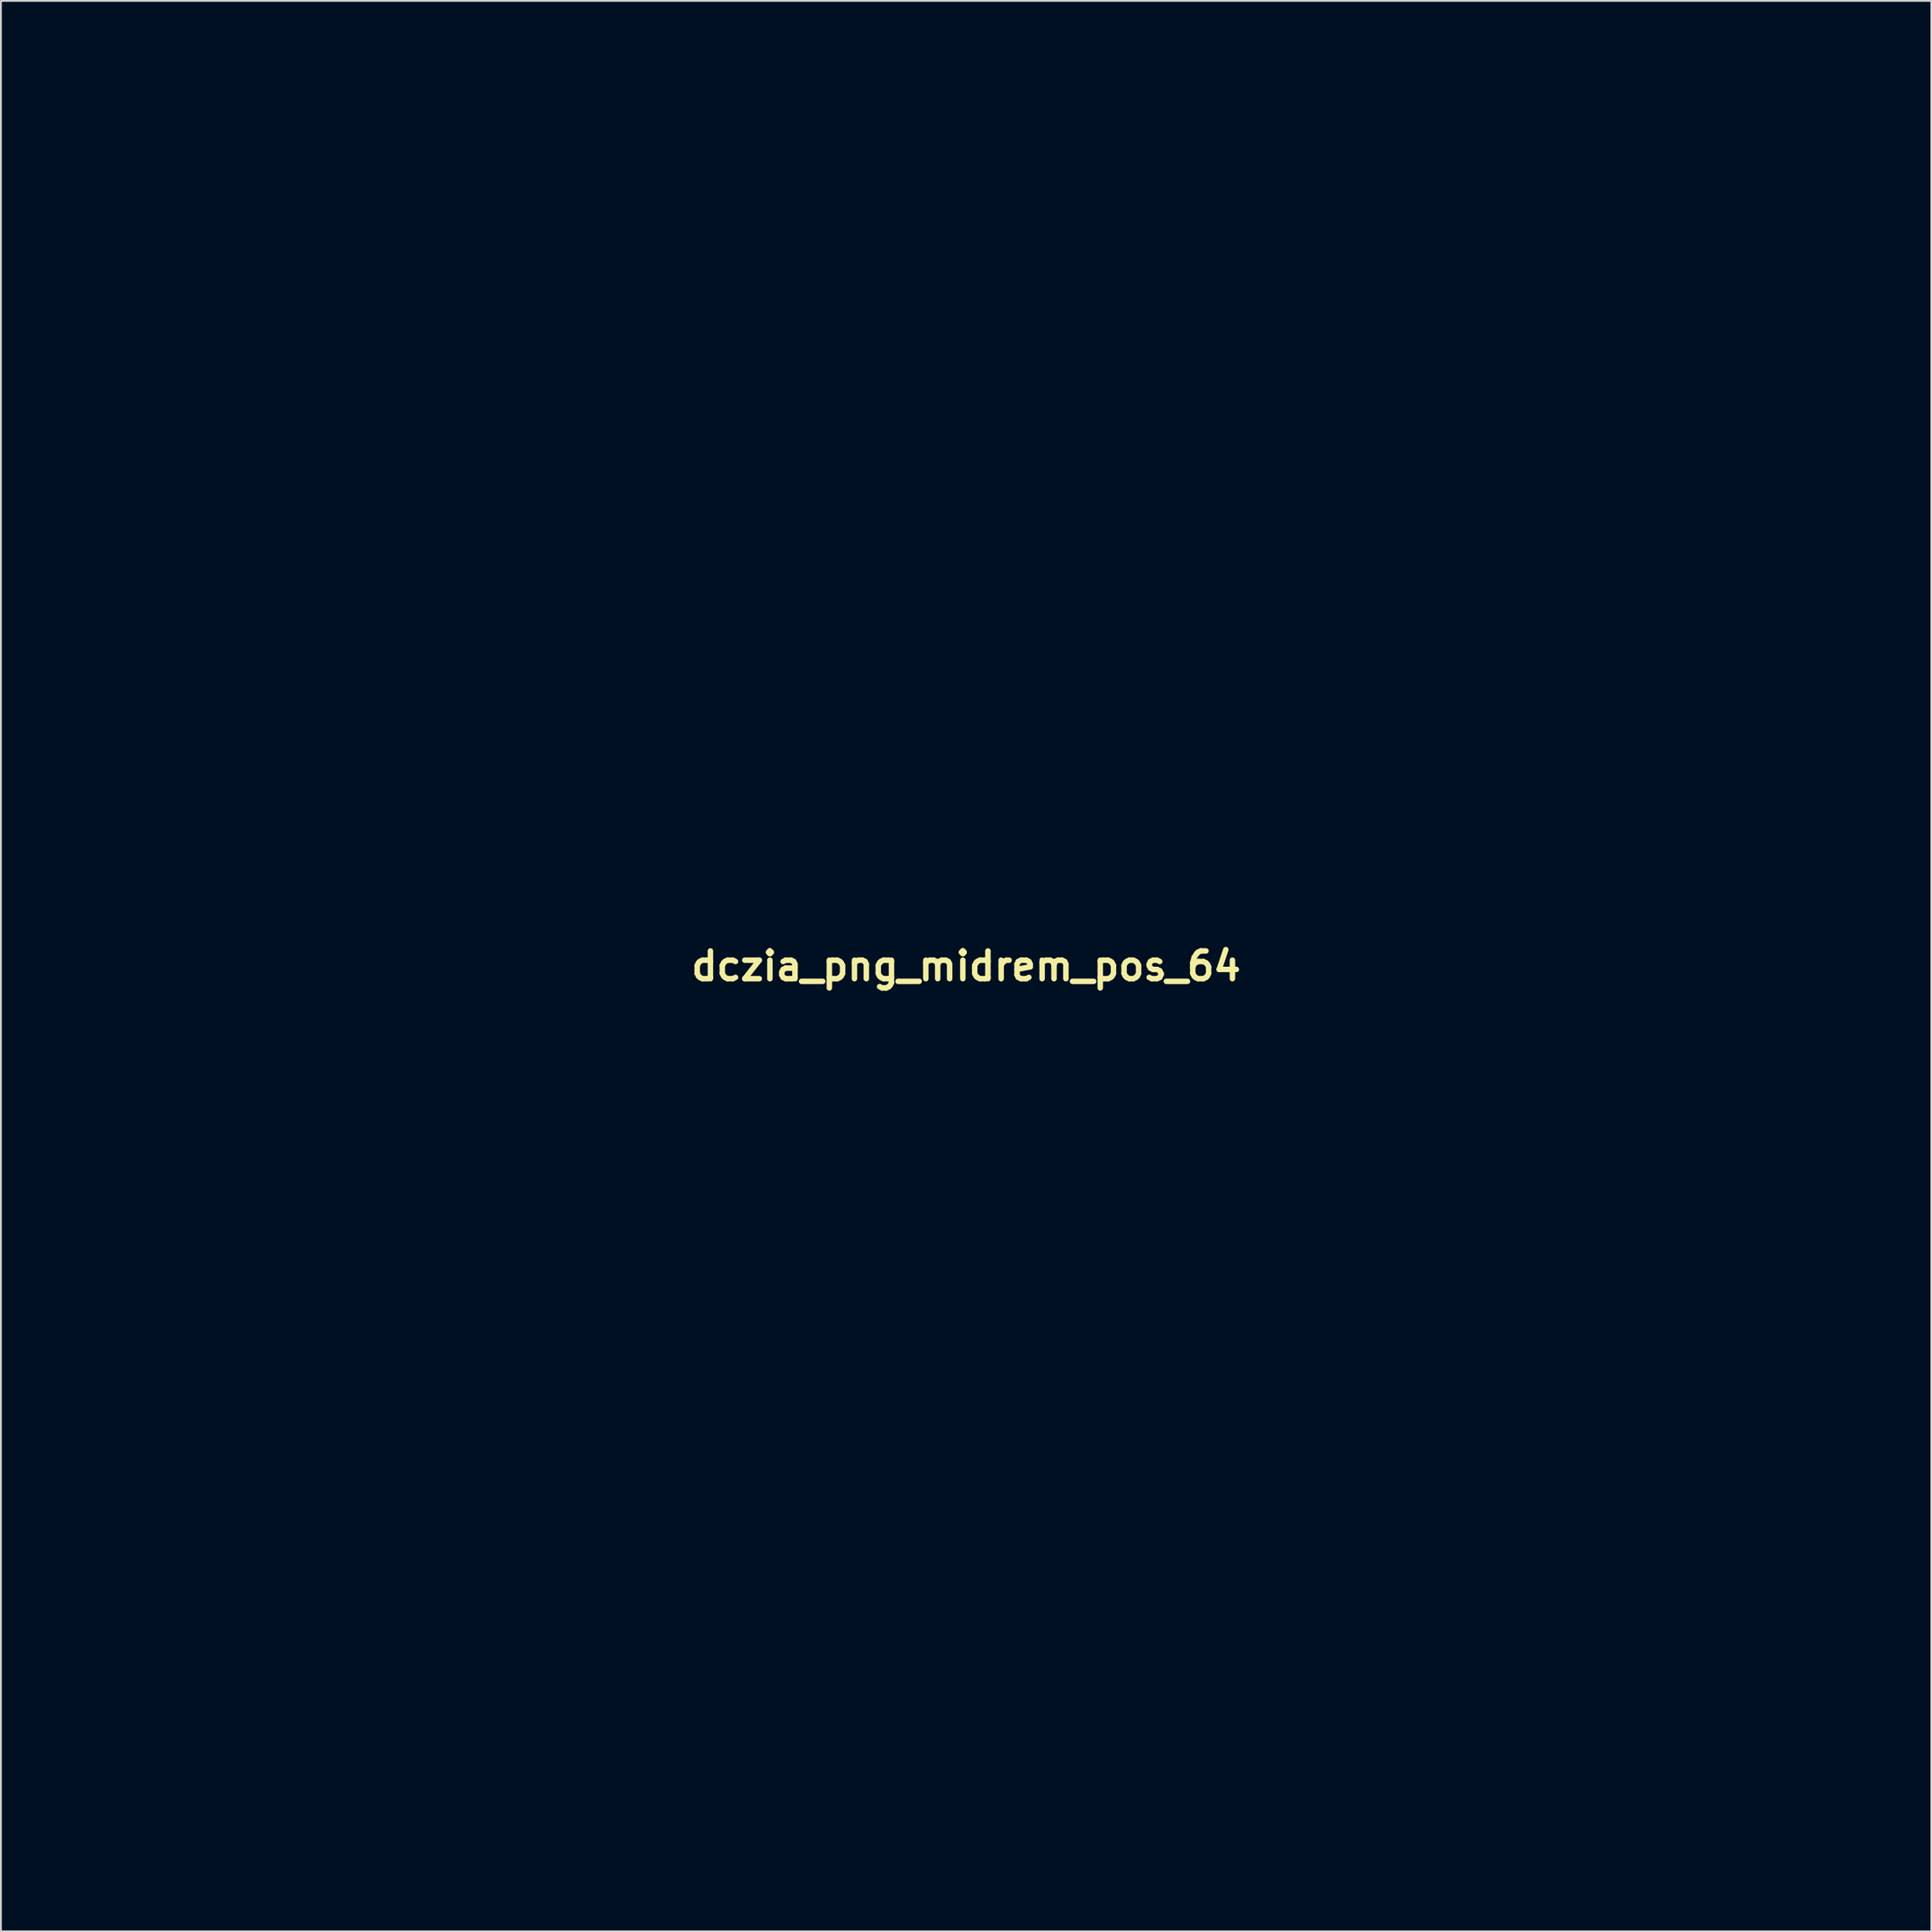
<source format=kicad_pcb>
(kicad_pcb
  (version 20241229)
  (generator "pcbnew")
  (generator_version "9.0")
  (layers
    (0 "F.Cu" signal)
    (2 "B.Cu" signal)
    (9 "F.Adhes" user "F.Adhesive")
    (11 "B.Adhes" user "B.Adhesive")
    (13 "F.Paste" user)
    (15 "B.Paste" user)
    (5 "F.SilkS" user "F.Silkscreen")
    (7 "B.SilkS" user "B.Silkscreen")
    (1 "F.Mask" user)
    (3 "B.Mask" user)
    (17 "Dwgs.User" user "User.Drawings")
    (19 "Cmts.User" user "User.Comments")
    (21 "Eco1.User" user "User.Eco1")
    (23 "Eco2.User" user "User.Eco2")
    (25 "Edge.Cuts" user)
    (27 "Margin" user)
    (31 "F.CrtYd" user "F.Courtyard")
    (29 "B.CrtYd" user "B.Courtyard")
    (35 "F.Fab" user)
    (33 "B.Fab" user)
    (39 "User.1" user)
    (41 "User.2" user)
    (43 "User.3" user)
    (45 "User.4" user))
  (footprint "dczia_png_midrem_pos_64"
    (layer "F.Cu")
    (at 50.005 50.005)
    (property "Reference" "dczia_png_midrem_pos_64" (at 0 0 0) (layer "F.SilkS") (effects (font (size 1.524 1.524) (thickness 0.3))))
    (attr through_hole)
    (fp_poly (pts (xy -7.8 -12.05) (xy -7.85 -12) (xy -7.9 -12.05) (xy -7.85 -12.1) (xy -7.8 -12.05)) (stroke (width 0.01) (type solid)) (fill no) (layer "Eco1.User"))
    (fp_poly (pts (xy -3.2 -14.45) (xy -3.25 -14.4) (xy -3.3 -14.45) (xy -3.25 -14.5) (xy -3.2 -14.45)) (stroke (width 0.01) (type solid)) (fill no) (layer "Eco1.User"))
    (fp_poly (pts (xy -3.2 -14.05) (xy -3.25 -14) (xy -3.3 -14.05) (xy -3.25 -14.1) (xy -3.2 -14.05)) (stroke (width 0.01) (type solid)) (fill no) (layer "Eco1.User"))
    (fp_poly (pts (xy -2.4 -13.05) (xy -2.45 -13) (xy -2.5 -13.05) (xy -2.45 -13.1) (xy -2.4 -13.05)) (stroke (width 0.01) (type solid)) (fill no) (layer "Eco1.User"))
    (fp_poly (pts (xy -2 9.65) (xy -2.05 9.7) (xy -2.1 9.65) (xy -2.05 9.6) (xy -2 9.65)) (stroke (width 0.01) (type solid)) (fill no) (layer "Eco1.User"))
    (fp_poly (pts (xy 1.1 -17.15) (xy 1.05 -17.1) (xy 1 -17.15) (xy 1.05 -17.2) (xy 1.1 -17.15)) (stroke (width 0.01) (type solid)) (fill no) (layer "Eco1.User"))
    (fp_poly (pts (xy 4.1 -12.85) (xy 4.05 -12.8) (xy 4 -12.85) (xy 4.05 -12.9) (xy 4.1 -12.85)) (stroke (width 0.01) (type solid)) (fill no) (layer "Eco1.User"))
    (fp_poly (pts (xy 4.4 -12.75) (xy 4.35 -12.7) (xy 4.3 -12.75) (xy 4.35 -12.8) (xy 4.4 -12.75)) (stroke (width 0.01) (type solid)) (fill no) (layer "Eco1.User"))
    (fp_poly (pts (xy 15.2 -6.55) (xy 15.15 -6.5) (xy 15.1 -6.55) (xy 15.15 -6.6) (xy 15.2 -6.55)) (stroke (width 0.01) (type solid)) (fill no) (layer "Eco1.User"))
    (fp_poly (pts (xy -1.933 -13.167) (xy -1.947 -13.107) (xy -2 -13.1) (xy -2.082 -13.137) (xy -2.067 -13.167) (xy -1.948 -13.179) (xy -1.933 -13.167)) (stroke (width 0.01) (type solid)) (fill no) (layer "Eco1.User"))
    (fp_poly (pts (xy 3.467 9.533) (xy 3.453 9.593) (xy 3.4 9.6) (xy 3.318 9.563) (xy 3.333 9.533) (xy 3.452 9.521) (xy 3.467 9.533)) (stroke (width 0.01) (type solid)) (fill no) (layer "Eco1.User"))
    (fp_poly (pts (xy 3.767 -12.967) (xy 3.753 -12.907) (xy 3.7 -12.9) (xy 3.618 -12.937) (xy 3.633 -12.967) (xy 3.752 -12.979) (xy 3.767 -12.967)) (stroke (width 0.01) (type solid)) (fill no) (layer "Eco1.User"))
    (fp_poly (pts (xy -1.373 -13.266) (xy -1.37 -13.233) (xy -1.526 -13.219) (xy -1.55 -13.219) (xy -1.705 -13.234) (xy -1.69 -13.264) (xy -1.673 -13.269) (xy -1.455 -13.284) (xy -1.373 -13.266)) (stroke (width 0.01) (type solid)) (fill no) (layer "Eco1.User"))
    (fp_poly (pts (xy 7.072 -17.526) (xy 7.072 -17.523) (xy 7.089 -17.197) (xy 7.071 -16.923) (xy 7.051 -16.868) (xy 7.036 -16.987) (xy 7.031 -17.25) (xy 7.037 -17.507) (xy 7.052 -17.605) (xy 7.072 -17.526)) (stroke (width 0.01) (type solid)) (fill no) (layer "Eco1.User"))
    (fp_poly (pts (xy -9.679 5.773) (xy -9.534 5.954) (xy -9.5 6) (xy -9.361 6.214) (xy -9.336 6.296) (xy -9.422 6.232) (xy -9.519 6.125) (xy -9.688 5.906) (xy -9.774 5.749) (xy -9.763 5.7) (xy -9.679 5.773)) (stroke (width 0.01) (type solid)) (fill no) (layer "Eco1.User"))
    (fp_poly (pts (xy -8.879 5.173) (xy -8.734 5.354) (xy -8.7 5.4) (xy -8.561 5.614) (xy -8.536 5.696) (xy -8.622 5.632) (xy -8.719 5.525) (xy -8.888 5.306) (xy -8.974 5.149) (xy -8.963 5.1) (xy -8.879 5.173)) (stroke (width 0.01) (type solid)) (fill no) (layer "Eco1.User"))
    (fp_poly (pts (xy -9.391 7.365) (xy -9.224 7.524) (xy -9.214 7.535) (xy -8.993 7.77) (xy -9.635 8.333) (xy -10.276 8.896) (xy -10.337 8.59) (xy -10.351 8.396) (xy -10.289 8.209) (xy -10.124 7.972) (xy -9.974 7.792) (xy -9.749 7.54) (xy -9.574 7.363) (xy -9.492 7.3) (xy -9.391 7.365)) (stroke (width 0.01) (type solid)) (fill no) (layer "Eco1.User"))
    (fp_poly (pts (xy 10.155 8.005) (xy 10.323 8.2) (xy 10.37 8.405) (xy 10.345 8.628) (xy 10.327 8.94) (xy 10.414 9.156) (xy 10.456 9.206) (xy 10.596 9.371) (xy 10.611 9.409) (xy 10.516 9.337) (xy 10.329 9.166) (xy 10.068 8.911) (xy 9.974 8.818) (xy 9.398 8.237) (xy 9.9 7.765) (xy 10.155 8.005)) (stroke (width 0.01) (type solid)) (fill no) (layer "Eco1.User"))
    (fp_poly (pts (xy -6.917 -9.397) (xy -6.8 -9.336) (xy -6.615 -9.198) (xy -6.38 -9.002) (xy -6.847 -8.482) (xy -7.1 -8.178) (xy -7.414 -7.766) (xy -7.745 -7.307) (xy -7.967 -6.982) (xy -8.226 -6.599) (xy -8.446 -6.286) (xy -8.602 -6.075) (xy -8.671 -6) (xy -8.687 -6.084) (xy -8.656 -6.275) (xy -8.56 -6.565) (xy -8.395 -6.95) (xy -8.18 -7.395) (xy -7.934 -7.865) (xy -7.677 -8.327) (xy -7.428 -8.745) (xy -7.205 -9.086) (xy -7.029 -9.315) (xy -6.918 -9.397) (xy -6.917 -9.397)) (stroke (width 0.01) (type solid)) (fill no) (layer "Eco1.User"))
    (fp_poly (pts (xy -7.978 -11.846) (xy -7.946 -11.792) (xy -7.829 -11.666) (xy -7.745 -11.669) (xy -7.769 -11.634) (xy -7.907 -11.481) (xy -8.136 -11.236) (xy -8.361 -10.997) (xy -8.75 -10.578) (xy -9.168 -10.111) (xy -9.544 -9.678) (xy -9.651 -9.55) (xy -9.957 -9.18) (xy -10.153 -8.946) (xy -10.257 -8.83) (xy -10.287 -8.814) (xy -10.26 -8.878) (xy -10.21 -8.975) (xy -10.155 -9.156) (xy -10.255 -9.224) (xy -10.425 -9.212) (xy -10.491 -9.23) (xy -10.466 -9.332) (xy -10.339 -9.534) (xy -10.098 -9.856) (xy -9.849 -10.172) (xy -9.498 -10.588) (xy -9.113 -11.009) (xy -8.756 -11.368) (xy -8.625 -11.488) (xy -8.333 -11.739) (xy -8.153 -11.871) (xy -8.046 -11.901) (xy -7.978 -11.846)) (stroke (width 0.01) (type solid)) (fill no) (layer "Eco1.User"))
    (fp_poly (pts (xy 9.124 -11.805) (xy 9.276 -11.709) (xy 9.515 -11.503) (xy 9.734 -11.3) (xy 10.227 -10.796) (xy 10.746 -10.193) (xy 11.234 -9.561) (xy 11.634 -8.973) (xy 11.686 -8.886) (xy 11.814 -8.659) (xy 11.837 -8.556) (xy 11.762 -8.534) (xy 11.726 -8.536) (xy 11.582 -8.477) (xy 11.564 -8.375) (xy 11.567 -8.226) (xy 11.559 -8.2) (xy 11.496 -8.275) (xy 11.34 -8.478) (xy 11.115 -8.777) (xy 10.897 -9.069) (xy 10.548 -9.518) (xy 10.12 -10.032) (xy 9.677 -10.539) (xy 9.402 -10.838) (xy 9.092 -11.169) (xy 8.855 -11.432) (xy 8.712 -11.603) (xy 8.683 -11.657) (xy 8.69 -11.653) (xy 8.86 -11.65) (xy 8.955 -11.74) (xy 9.029 -11.809) (xy 9.124 -11.805)) (stroke (width 0.01) (type solid)) (fill no) (layer "Eco1.User"))
    (fp_poly (pts (xy 0.618 -11.557) (xy 1.236 -11.51) (xy 1.793 -11.443) (xy 2.364 -11.353) (xy 2.91 -11.249) (xy 3.39 -11.139) (xy 3.765 -11.032) (xy 3.995 -10.936) (xy 4.031 -10.909) (xy 4.077 -10.76) (xy 4.056 -10.539) (xy 3.988 -10.33) (xy 3.894 -10.216) (xy 3.867 -10.212) (xy 3.721 -10.245) (xy 3.438 -10.322) (xy 3.075 -10.428) (xy 2.986 -10.454) (xy 2.31 -10.618) (xy 1.544 -10.738) (xy 0.734 -10.813) (xy -0.076 -10.842) (xy -0.84 -10.823) (xy -1.512 -10.755) (xy -2.046 -10.636) (xy -2.141 -10.603) (xy -2.324 -10.55) (xy -2.431 -10.597) (xy -2.502 -10.781) (xy -2.543 -10.962) (xy -2.568 -11.107) (xy -2.551 -11.215) (xy -2.466 -11.294) (xy -2.285 -11.354) (xy -1.982 -11.406) (xy -1.529 -11.458) (xy -1.025 -11.509) (xy -0.181 -11.566) (xy 0.618 -11.557)) (stroke (width 0.01) (type solid)) (fill no) (layer "Eco1.User"))
    (fp_poly (pts (xy 3.173 9.66) (xy 3.168 9.671) (xy 3.145 9.855) (xy 3.204 10.112) (xy 3.313 10.358) (xy 3.444 10.511) (xy 3.478 10.525) (xy 3.486 10.562) (xy 3.328 10.621) (xy 3.036 10.696) (xy 2.64 10.778) (xy 2.172 10.86) (xy 1.867 10.907) (xy 1.501 10.945) (xy 1.04 10.971) (xy 0.547 10.984) (xy 0.082 10.984) (xy -0.295 10.969) (xy -0.5 10.945) (xy -0.677 10.916) (xy -0.978 10.877) (xy -1.241 10.847) (xy -1.538 10.801) (xy -1.702 10.748) (xy -1.709 10.705) (xy -1.607 10.564) (xy -1.516 10.314) (xy -1.502 10.258) (xy -1.461 10.006) (xy -1.503 9.872) (xy -1.634 9.792) (xy -1.721 9.739) (xy -1.638 9.726) (xy -1.4 9.746) (xy -0.21 9.844) (xy 0.869 9.856) (xy 1.908 9.782) (xy 2.889 9.634) (xy 3.114 9.614) (xy 3.173 9.66)) (stroke (width 0.01) (type solid)) (fill no) (layer "Eco1.User"))
    (fp_poly (pts (xy 10.571 4.151) (xy 10.461 4.335) (xy 10.282 4.62) (xy 10.616 4.906) (xy 10.95 5.191) (xy 11.125 4.984) (xy 11.261 4.841) (xy 11.292 4.853) (xy 11.221 5.007) (xy 11.055 5.291) (xy 10.962 5.438) (xy 10.673 5.85) (xy 10.323 6.293) (xy 9.956 6.714) (xy 9.617 7.06) (xy 9.406 7.241) (xy 9.246 7.357) (xy 9.229 7.352) (xy 9.319 7.251) (xy 9.415 7.125) (xy 9.402 7.016) (xy 9.263 6.859) (xy 9.183 6.785) (xy 8.981 6.608) (xy 8.842 6.508) (xy 8.82 6.5) (xy 8.716 6.561) (xy 8.527 6.714) (xy 8.459 6.775) (xy 8.387 6.83) (xy 8.438 6.754) (xy 8.599 6.565) (xy 8.747 6.4) (xy 9.089 6.006) (xy 9.476 5.535) (xy 9.839 5.071) (xy 9.929 4.95) (xy 10.262 4.505) (xy 10.479 4.223) (xy 10.583 4.105) (xy 10.571 4.151)) (stroke (width 0.01) (type solid)) (fill no) (layer "Eco1.User"))
    (fp_poly (pts (xy 0.722 -9.84) (xy 1.544 -9.762) (xy 2.05 -9.659) (xy 2.639 -9.466) (xy 3.315 -9.182) (xy 4.027 -8.833) (xy 4.722 -8.449) (xy 5.348 -8.057) (xy 5.854 -7.684) (xy 5.998 -7.558) (xy 6.707 -6.857) (xy 7.263 -6.196) (xy 7.68 -5.535) (xy 7.976 -4.836) (xy 8.167 -4.061) (xy 8.27 -3.171) (xy 8.3 -2.134) (xy 8.279 -1.248) (xy 8.213 -0.485) (xy 8.098 0.21) (xy 7.978 0.762) (xy 7.859 1.2) (xy 7.714 1.609) (xy 7.516 2.072) (xy 7.461 2.194) (xy 7.35 2.351) (xy 7.122 2.617) (xy 6.805 2.962) (xy 6.427 3.358) (xy 6.018 3.775) (xy 5.604 4.184) (xy 5.215 4.558) (xy 4.879 4.866) (xy 4.632 5.075) (xy 4.034 5.502) (xy 3.455 5.823) (xy 2.849 6.055) (xy 2.168 6.213) (xy 1.366 6.313) (xy 0.8 6.352) (xy 0.28 6.369) (xy -0.12 6.351) (xy -0.475 6.289) (xy -0.8 6.198) (xy -1.474 5.984) (xy -1.991 5.814) (xy -2.387 5.674) (xy -2.698 5.552) (xy -2.957 5.433) (xy -3.201 5.305) (xy -3.278 5.262) (xy -3.896 4.886) (xy -4.433 4.493) (xy -4.93 4.045) (xy -5.429 3.504) (xy -5.969 2.833) (xy -6.106 2.654) (xy -6.499 2.039) (xy -6.874 1.281) (xy -7.209 0.439) (xy -7.485 -0.432) (xy -7.68 -1.272) (xy -7.772 -2) (xy -7.783 -2.435) (xy -7.755 -2.837) (xy -7.676 -3.241) (xy -7.537 -3.684) (xy -7.325 -4.203) (xy -7.03 -4.834) (xy -6.786 -5.328) (xy -6.234 -6.348) (xy -5.677 -7.193) (xy -5.09 -7.886) (xy -4.445 -8.448) (xy -3.716 -8.904) (xy -2.875 -9.276) (xy -1.897 -9.588) (xy -1.8 -9.614) (xy -1.024 -9.765) (xy -0.159 -9.841) (xy 0.722 -9.84)) (stroke (width 0.01) (type solid)) (fill no) (layer "Eco1.User"))
    (fp_poly (pts (xy 1.9 -14.965) (xy 2.44 -14.888) (xy 2.966 -14.8) (xy 3.413 -14.713) (xy 3.7 -14.644) (xy 4.017 -14.541) (xy 4.184 -14.445) (xy 4.245 -14.321) (xy 4.25 -14.243) (xy 4.25 -14.002) (xy 4.159 -14.019) (xy 3.918 -14.064) (xy 3.572 -14.126) (xy 3.45 -14.148) (xy 3.043 -14.214) (xy 2.672 -14.261) (xy 2.371 -14.286) (xy 2.178 -14.287) (xy 2.126 -14.261) (xy 2.175 -14.234) (xy 2.256 -14.109) (xy 2.298 -13.858) (xy 2.3 -13.789) (xy 2.329 -13.517) (xy 2.405 -13.364) (xy 2.425 -13.353) (xy 2.588 -13.303) (xy 2.867 -13.22) (xy 3.05 -13.167) (xy 3.299 -13.087) (xy 3.417 -13.033) (xy 3.4 -13.019) (xy 3.195 -13.046) (xy 2.976 -13.1) (xy 2.629 -13.175) (xy 2.136 -13.244) (xy 1.554 -13.303) (xy 0.937 -13.346) (xy 0.339 -13.37) (xy -0.183 -13.37) (xy -0.35 -13.363) (xy -0.764 -13.341) (xy -0.986 -13.338) (xy -1.025 -13.356) (xy -0.888 -13.397) (xy -0.625 -13.456) (xy -0.475 -13.523) (xy -0.411 -13.68) (xy -0.4 -13.895) (xy -0.371 -14.178) (xy -0.274 -14.312) (xy -0.228 -14.33) (xy 1.562 -14.33) (xy 1.7 -14.316) (xy 1.842 -14.332) (xy 1.825 -14.366) (xy 1.62 -14.379) (xy 1.575 -14.366) (xy 1.562 -14.33) (xy -0.228 -14.33) (xy -0.225 -14.331) (xy -0.212 -14.358) (xy -0.365 -14.379) (xy -0.55 -14.386) (xy -0.887 -14.381) (xy -1.288 -14.348) (xy -1.791 -14.284) (xy -2.438 -14.184) (xy -2.675 -14.145) (xy -2.94 -14.109) (xy -3.063 -14.135) (xy -3.098 -14.245) (xy -3.1 -14.326) (xy -3.083 -14.46) (xy -3.005 -14.554) (xy -2.825 -14.63) (xy -2.5 -14.714) (xy -2.383 -14.74) (xy -0.858 -14.992) (xy 0.652 -15.057) (xy 1.9 -14.965)) (stroke (width 0.01) (type solid)) (fill no) (layer "Eco1.User"))
    (fp_poly (pts (xy 50 50) (xy -50 50) (xy -50 1.063) (xy -43.937 1.063) (xy -43.842 1.656) (xy -43.677 2.051) (xy -43.491 2.415) (xy -43.314 2.778) (xy -43.244 2.928) (xy -42.964 3.314) (xy -42.511 3.621) (xy -41.904 3.842) (xy -41.65 3.898) (xy -41.464 3.918) (xy -41.12 3.936) (xy -40.612 3.953) (xy -39.938 3.97) (xy -39.094 3.985) (xy -38.075 3.999) (xy -36.878 4.012) (xy -35.499 4.025) (xy -33.933 4.036) (xy -32.178 4.047) (xy -30.229 4.057) (xy -28.95 4.063) (xy -27.094 4.071) (xy -25.359 4.081) (xy -23.753 4.092) (xy -22.283 4.104) (xy -20.956 4.116) (xy -19.781 4.129) (xy -18.763 4.143) (xy -17.911 4.158) (xy -17.233 4.173) (xy -16.734 4.188) (xy -16.423 4.204) (xy -16.324 4.214) (xy -15.962 4.318) (xy -15.638 4.468) (xy -15.521 4.547) (xy -15.261 4.721) (xy -15.009 4.824) (xy -14.997 4.827) (xy -15.06 4.833) (xy -15.31 4.84) (xy -15.735 4.846) (xy -16.32 4.852) (xy -17.054 4.858) (xy -17.924 4.864) (xy -18.916 4.869) (xy -20.018 4.874) (xy -21.216 4.878) (xy -22.499 4.882) (xy -23.852 4.885) (xy -24.835 4.886) (xy -26.489 4.889) (xy -27.955 4.892) (xy -29.244 4.895) (xy -30.368 4.899) (xy -31.34 4.904) (xy -32.17 4.91) (xy -32.871 4.917) (xy -33.453 4.926) (xy -33.93 4.936) (xy -34.313 4.949) (xy -34.613 4.963) (xy -34.842 4.98) (xy -35.013 5) (xy -35.136 5.022) (xy -35.223 5.047) (xy -35.268 5.065) (xy -35.69 5.365) (xy -36.057 5.82) (xy -36.301 6.302) (xy -36.397 6.814) (xy -36.302 7.345) (xy -36.025 7.866) (xy -35.878 8.11) (xy -35.803 8.31) (xy -35.8 8.337) (xy -35.72 8.551) (xy -35.514 8.814) (xy -35.227 9.079) (xy -34.909 9.297) (xy -34.774 9.365) (xy -34.702 9.393) (xy -34.615 9.418) (xy -34.503 9.441) (xy -34.353 9.461) (xy -34.155 9.479) (xy -33.898 9.494) (xy -33.571 9.508) (xy -33.163 9.521) (xy -32.663 9.532) (xy -32.06 9.541) (xy -31.342 9.55) (xy -30.5 9.558) (xy -29.521 9.566) (xy -28.395 9.573) (xy -27.11 9.58) (xy -25.657 9.587) (xy -24.023 9.594) (xy -22.6 9.6) (xy -20.737 9.608) (xy -19.066 9.617) (xy -17.576 9.626) (xy -16.26 9.635) (xy -15.107 9.644) (xy -14.11 9.654) (xy -13.258 9.665) (xy -12.544 9.677) (xy -11.958 9.69) (xy -11.49 9.704) (xy -11.133 9.719) (xy -10.877 9.736) (xy -10.713 9.755) (xy -10.632 9.775) (xy -10.629 9.776) (xy -10.56 9.817) (xy -10.498 9.863) (xy -10.442 9.925) (xy -10.393 10.013) (xy -10.349 10.138) (xy -10.311 10.311) (xy -10.278 10.543) (xy -10.25 10.844) (xy -10.225 11.225) (xy -10.204 11.696) (xy -10.187 12.269) (xy -10.172 12.954) (xy -10.159 13.762) (xy -10.147 14.703) (xy -10.138 15.788) (xy -10.129 17.028) (xy -10.12 18.434) (xy -10.111 20.016) (xy -10.102 21.784) (xy -10.1 22.2) (xy -10.088 24.24) (xy -10.076 26.082) (xy -10.064 27.727) (xy -10.05 29.179) (xy -10.036 30.437) (xy -10.021 31.506) (xy -10.005 32.386) (xy -9.988 33.079) (xy -9.97 33.587) (xy -9.952 33.912) (xy -9.933 34.056) (xy -9.644 34.695) (xy -9.292 35.158) (xy -8.885 35.44) (xy -8.43 35.535) (xy -7.987 35.457) (xy -7.607 35.262) (xy -7.184 34.946) (xy -6.779 34.557) (xy -6.493 34.207) (xy -6.25 33.865) (xy -6.2 24.409) (xy -6.15 14.953) (xy -5.861 14.814) (xy -5.508 14.744) (xy -5.167 14.859) (xy -4.863 15.147) (xy -4.67 15.476) (xy -4.452 15.95) (xy -4.386 28.568) (xy -4.377 30.425) (xy -4.367 32.094) (xy -4.359 33.583) (xy -4.35 34.905) (xy -4.341 36.069) (xy -4.333 37.086) (xy -4.324 37.967) (xy -4.314 38.723) (xy -4.303 39.364) (xy -4.292 39.901) (xy -4.279 40.345) (xy -4.265 40.705) (xy -4.25 40.994) (xy -4.233 41.221) (xy -4.213 41.397) (xy -4.192 41.533) (xy -4.168 41.639) (xy -4.145 41.718) (xy -3.954 42.217) (xy -3.749 42.567) (xy -3.496 42.817) (xy -3.354 42.914) (xy -2.914 43.074) (xy -2.445 43.066) (xy -2.05 42.909) (xy -1.748 42.68) (xy -1.356 42.322) (xy -0.905 41.867) (xy -0.75 41.702) (xy -0.721 41.667) (xy -0.694 41.623) (xy -0.671 41.559) (xy -0.65 41.464) (xy -0.631 41.328) (xy -0.615 41.141) (xy -0.601 40.892) (xy -0.589 40.57) (xy -0.578 40.166) (xy -0.569 39.668) (xy -0.561 39.067) (xy -0.554 38.351) (xy -0.549 37.511) (xy -0.544 36.536) (xy -0.539 35.415) (xy -0.535 34.138) (xy -0.531 32.694) (xy -0.528 31.074) (xy -0.524 29.266) (xy -0.523 28.875) (xy -0.518 26.842) (xy -0.512 25.002) (xy -0.505 23.353) (xy -0.498 21.888) (xy -0.489 20.601) (xy -0.48 19.489) (xy -0.469 18.546) (xy -0.457 17.765) (xy -0.444 17.143) (xy -0.43 16.674) (xy -0.414 16.353) (xy -0.397 16.175) (xy -0.386 16.133) (xy -0.186 16.027) (xy 0.109 16.008) (xy 0.415 16.072) (xy 0.575 16.154) (xy 0.652 16.208) (xy 0.722 16.266) (xy 0.783 16.336) (xy 0.838 16.43) (xy 0.886 16.559) (xy 0.928 16.733) (xy 0.964 16.963) (xy 0.994 17.259) (xy 1.02 17.631) (xy 1.041 18.092) (xy 1.058 18.651) (xy 1.072 19.319) (xy 1.082 20.106) (xy 1.089 21.023) (xy 1.095 22.082) (xy 1.098 23.291) (xy 1.1 24.663) (xy 1.101 26.208) (xy 1.101 27.936) (xy 1.102 28.993) (xy 1.102 30.841) (xy 1.104 32.498) (xy 1.106 33.975) (xy 1.11 35.282) (xy 1.114 36.429) (xy 1.12 37.425) (xy 1.128 38.281) (xy 1.137 39.006) (xy 1.147 39.611) (xy 1.159 40.105) (xy 1.173 40.498) (xy 1.189 40.8) (xy 1.207 41.022) (xy 1.227 41.172) (xy 1.236 41.215) (xy 1.42 41.783) (xy 1.681 42.296) (xy 1.986 42.7) (xy 2.233 42.906) (xy 2.611 43.052) (xy 3.035 43.092) (xy 3.421 43.023) (xy 3.584 42.94) (xy 3.937 42.664) (xy 4.298 42.333) (xy 4.623 41.996) (xy 4.865 41.696) (xy 4.964 41.528) (xy 4.984 41.452) (xy 5.002 41.318) (xy 5.018 41.116) (xy 5.033 40.836) (xy 5.046 40.469) (xy 5.057 40.006) (xy 5.067 39.438) (xy 5.076 38.754) (xy 5.083 37.946) (xy 5.089 37.005) (xy 5.094 35.919) (xy 5.098 34.681) (xy 5.102 33.281) (xy 5.104 31.71) (xy 5.106 29.957) (xy 5.108 28.014) (xy 5.108 27.978) (xy 5.109 26.371) (xy 5.111 24.822) (xy 5.114 23.342) (xy 5.117 21.943) (xy 5.12 20.635) (xy 5.124 19.432) (xy 5.129 18.343) (xy 5.133 17.381) (xy 5.138 16.557) (xy 5.144 15.883) (xy 5.149 15.37) (xy 5.155 15.03) (xy 5.161 14.874) (xy 5.163 14.865) (xy 5.256 14.92) (xy 5.464 14.852) (xy 5.504 14.833) (xy 5.884 14.736) (xy 6.229 14.831) (xy 6.526 15.112) (xy 6.69 15.4) (xy 6.718 15.478) (xy 6.743 15.591) (xy 6.765 15.75) (xy 6.784 15.97) (xy 6.801 16.261) (xy 6.816 16.637) (xy 6.829 17.109) (xy 6.841 17.689) (xy 6.851 18.391) (xy 6.861 19.227) (xy 6.87 20.208) (xy 6.879 21.347) (xy 6.888 22.657) (xy 6.896 24.15) (xy 6.9 24.8) (xy 6.95 33.85) (xy 7.188 34.376) (xy 7.509 34.931) (xy 7.889 35.297) (xy 8.333 35.477) (xy 8.578 35.5) (xy 8.903 35.461) (xy 9.233 35.363) (xy 9.511 35.229) (xy 9.677 35.086) (xy 9.7 35.018) (xy 9.779 34.915) (xy 9.947 34.802) (xy 10.152 34.639) (xy 10.382 34.383) (xy 10.472 34.26) (xy 10.75 33.85) (xy 10.85 9.85) (xy 11.1 9.832) (xy 11.292 9.817) (xy 11.637 9.789) (xy 12.087 9.753) (xy 12.595 9.712) (xy 12.65 9.707) (xy 12.984 9.689) (xy 13.509 9.672) (xy 14.218 9.656) (xy 15.1 9.642) (xy 16.148 9.63) (xy 17.354 9.62) (xy 18.708 9.612) (xy 20.201 9.606) (xy 21.827 9.602) (xy 23.575 9.6) (xy 24.107 9.6) (xy 25.817 9.6) (xy 27.34 9.6) (xy 28.685 9.599) (xy 29.866 9.597) (xy 30.894 9.592) (xy 31.78 9.584) (xy 32.536 9.572) (xy 33.173 9.556) (xy 33.705 9.535) (xy 34.141 9.509) (xy 34.495 9.475) (xy 34.777 9.435) (xy 34.999 9.387) (xy 35.173 9.331) (xy 35.311 9.265) (xy 35.424 9.189) (xy 35.524 9.103) (xy 35.622 9.005) (xy 35.713 8.915) (xy 35.99 8.664) (xy 36.265 8.45) (xy 36.365 8.385) (xy 36.599 8.2) (xy 36.851 7.932) (xy 36.935 7.822) (xy 37.11 7.538) (xy 37.197 7.254) (xy 37.226 6.877) (xy 37.226 6.825) (xy 37.166 6.255) (xy 36.959 5.783) (xy 36.581 5.364) (xy 36.423 5.236) (xy 36.05 4.95) (xy 25.45 4.899) (xy 24.02 4.892) (xy 22.652 4.884) (xy 21.36 4.877) (xy 20.155 4.87) (xy 19.051 4.862) (xy 18.059 4.855) (xy 17.192 4.849) (xy 16.462 4.843) (xy 15.883 4.837) (xy 15.466 4.832) (xy 15.224 4.827) (xy 15.169 4.824) (xy 15.169 4.824) (xy 15.41 4.778) (xy 15.549 4.701) (xy 15.551 4.699) (xy 15.671 4.594) (xy 15.904 4.446) (xy 16.032 4.375) (xy 16.45 4.152) (xy 28.85 4.085) (xy 30.751 4.075) (xy 32.463 4.065) (xy 33.996 4.055) (xy 35.361 4.045) (xy 36.568 4.034) (xy 37.628 4.022) (xy 38.551 4.009) (xy 39.348 3.995) (xy 40.031 3.978) (xy 40.608 3.959) (xy 41.091 3.938) (xy 41.49 3.914) (xy 41.817 3.886) (xy 42.081 3.855) (xy 42.293 3.82) (xy 42.463 3.78) (xy 42.603 3.736) (xy 42.723 3.687) (xy 42.818 3.641) (xy 43.053 3.487) (xy 43.341 3.255) (xy 43.486 3.124) (xy 43.807 2.821) (xy 44.15 2.503) (xy 44.266 2.398) (xy 44.552 2.081) (xy 44.723 1.719) (xy 44.777 1.516) (xy 44.844 1.096) (xy 44.813 0.829) (xy 44.8 0.8) (xy 44.716 0.566) (xy 44.7 0.447) (xy 44.615 0.198) (xy 44.379 -0.101) (xy 44.023 -0.413) (xy 43.932 -0.48) (xy 43.55 -0.75) (xy 30.018 -0.778) (xy 28.021 -0.782) (xy 26.216 -0.787) (xy 24.595 -0.792) (xy 23.15 -0.798) (xy 21.872 -0.805) (xy 20.754 -0.812) (xy 19.787 -0.82) (xy 18.963 -0.829) (xy 18.274 -0.839) (xy 17.712 -0.85) (xy 17.269 -0.862) (xy 16.937 -0.875) (xy 16.707 -0.89) (xy 16.571 -0.906) (xy 16.522 -0.924) (xy 16.522 -0.928) (xy 16.626 -1.038) (xy 16.855 -1.191) (xy 17.054 -1.3) (xy 17.55 -1.55) (xy 29.8 -1.6) (xy 31.619 -1.607) (xy 33.249 -1.614) (xy 34.7 -1.621) (xy 35.984 -1.627) (xy 37.111 -1.634) (xy 38.092 -1.64) (xy 38.939 -1.648) (xy 39.661 -1.656) (xy 40.269 -1.665) (xy 40.775 -1.675) (xy 41.19 -1.687) (xy 41.523 -1.7) (xy 41.786 -1.715) (xy 41.99 -1.732) (xy 42.146 -1.752) (xy 42.264 -1.774) (xy 42.355 -1.799) (xy 42.43 -1.827) (xy 42.5 -1.858) (xy 42.508 -1.862) (xy 42.822 -2.046) (xy 43.187 -2.315) (xy 43.492 -2.583) (xy 43.774 -2.842) (xy 44.02 -3.042) (xy 44.179 -3.143) (xy 44.186 -3.145) (xy 44.34 -3.272) (xy 44.516 -3.524) (xy 44.678 -3.837) (xy 44.79 -4.145) (xy 44.818 -4.3) (xy 44.778 -4.858) (xy 44.593 -5.38) (xy 44.289 -5.826) (xy 43.895 -6.158) (xy 43.438 -6.337) (xy 43.386 -6.345) (xy 43.142 -6.364) (xy 42.699 -6.382) (xy 42.059 -6.399) (xy 41.223 -6.415) (xy 40.192 -6.429) (xy 38.968 -6.441) (xy 37.551 -6.453) (xy 35.944 -6.463) (xy 34.147 -6.471) (xy 32.162 -6.478) (xy 29.991 -6.484) (xy 27.633 -6.489) (xy 25.217 -6.491) (xy 23.512 -6.493) (xy 21.999 -6.497) (xy 20.668 -6.501) (xy 19.511 -6.506) (xy 18.518 -6.513) (xy 17.68 -6.521) (xy 16.99 -6.531) (xy 16.438 -6.542) (xy 16.015 -6.556) (xy 15.712 -6.571) (xy 15.52 -6.588) (xy 15.431 -6.607) (xy 15.423 -6.618) (xy 15.53 -6.734) (xy 15.751 -6.885) (xy 15.856 -6.943) (xy 15.927 -6.979) (xy 16.006 -7.01) (xy 16.104 -7.037) (xy 16.235 -7.061) (xy 16.412 -7.082) (xy 16.646 -7.1) (xy 16.952 -7.115) (xy 17.34 -7.128) (xy 17.825 -7.14) (xy 18.418 -7.15) (xy 19.133 -7.158) (xy 19.981 -7.167) (xy 20.977 -7.174) (xy 22.131 -7.182) (xy 23.458 -7.19) (xy 24.97 -7.198) (xy 25.3 -7.2) (xy 34.35 -7.25) (xy 34.9 -7.51) (xy 35.251 -7.714) (xy 35.654 -8.004) (xy 36.025 -8.318) (xy 36.043 -8.335) (xy 36.326 -8.597) (xy 36.555 -8.794) (xy 36.693 -8.894) (xy 36.71 -8.9) (xy 36.851 -8.99) (xy 36.996 -9.226) (xy 37.122 -9.553) (xy 37.208 -9.92) (xy 37.233 -10.179) (xy 37.184 -10.721) (xy 36.996 -11.174) (xy 36.643 -11.587) (xy 36.466 -11.739) (xy 36.082 -12.05) (xy 23.866 -12.1) (xy 11.65 -12.15) (xy 11.1 -11.67) (xy 10.55 -11.189) (xy 10.459 -11.5) (xy 10.421 -11.688) (xy 10.457 -11.846) (xy 10.592 -12.031) (xy 10.784 -12.234) (xy 11.041 -12.508) (xy 11.166 -12.687) (xy 11.17 -12.812) (xy 11.068 -12.923) (xy 11.025 -12.956) (xy 10.999 -12.984) (xy 10.975 -13.033) (xy 10.954 -13.116) (xy 10.935 -13.241) (xy 10.918 -13.421) (xy 10.903 -13.664) (xy 10.89 -13.982) (xy 10.878 -14.386) (xy 10.868 -14.886) (xy 10.858 -15.492) (xy 10.85 -16.215) (xy 10.842 -17.065) (xy 10.835 -18.054) (xy 10.828 -19.191) (xy 10.821 -20.488) (xy 10.814 -21.954) (xy 10.807 -23.601) (xy 10.8 -25.182) (xy 10.75 -37.28) (xy 10.437 -37.712) (xy 10.002 -38.166) (xy 9.488 -38.441) (xy 8.91 -38.531) (xy 8.9 -38.531) (xy 8.39 -38.459) (xy 7.948 -38.243) (xy 7.526 -37.859) (xy 7.46 -37.785) (xy 7.26 -37.532) (xy 7.15 -37.313) (xy 7.099 -37.045) (xy 7.083 -36.707) (xy 7.067 -36.312) (xy 7.045 -35.954) (xy 7.025 -35.75) (xy 7.019 -35.608) (xy 7.011 -35.281) (xy 7.002 -34.783) (xy 6.993 -34.127) (xy 6.982 -33.33) (xy 6.971 -32.404) (xy 6.96 -31.365) (xy 6.949 -30.226) (xy 6.937 -29.003) (xy 6.926 -27.71) (xy 6.915 -26.36) (xy 6.913 -26.05) (xy 6.9 -24.394) (xy 6.887 -22.928) (xy 6.874 -21.641) (xy 6.861 -20.521) (xy 6.847 -19.56) (xy 6.833 -18.745) (xy 6.819 -18.067) (xy 6.803 -17.515) (xy 6.786 -17.078) (xy 6.767 -16.746) (xy 6.747 -16.508) (xy 6.725 -16.353) (xy 6.708 -16.289) (xy 6.575 -15.927) (xy 5.962 -16.131) (xy 5.624 -16.251) (xy 5.354 -16.361) (xy 5.226 -16.429) (xy 5.208 -16.481) (xy 5.192 -16.616) (xy 5.177 -16.84) (xy 5.163 -17.163) (xy 5.151 -17.593) (xy 5.139 -18.136) (xy 5.129 -18.803) (xy 5.12 -19.599) (xy 5.112 -20.535) (xy 5.105 -21.617) (xy 5.098 -22.855) (xy 5.093 -24.255) (xy 5.087 -25.827) (xy 5.083 -27.577) (xy 5.078 -29.515) (xy 5.076 -30.695) (xy 5.05 -44.867) (xy 4.774 -45.266) (xy 4.507 -45.569) (xy 4.181 -45.837) (xy 4.087 -45.895) (xy 3.802 -46.031) (xy 3.529 -46.087) (xy 3.173 -46.079) (xy 3.085 -46.072) (xy 2.556 -45.97) (xy 2.132 -45.759) (xy 1.804 -45.423) (xy 1.561 -44.945) (xy 1.393 -44.31) (xy 1.288 -43.502) (xy 1.272 -43.3) (xy 1.26 -43.039) (xy 1.248 -42.593) (xy 1.235 -41.974) (xy 1.222 -41.196) (xy 1.208 -40.274) (xy 1.195 -39.222) (xy 1.182 -38.052) (xy 1.169 -36.78) (xy 1.156 -35.419) (xy 1.144 -33.982) (xy 1.133 -32.484) (xy 1.123 -30.939) (xy 1.117 -29.9) (xy 1.106 -28.051) (xy 1.096 -26.392) (xy 1.085 -24.913) (xy 1.075 -23.604) (xy 1.065 -22.454) (xy 1.055 -21.453) (xy 1.044 -20.591) (xy 1.033 -19.858) (xy 1.021 -19.244) (xy 1.008 -18.739) (xy 0.994 -18.332) (xy 0.978 -18.013) (xy 0.961 -17.773) (xy 0.942 -17.601) (xy 0.922 -17.487) (xy 0.903 -17.428) (xy 0.81 -17.246) (xy 0.698 -17.151) (xy 0.509 -17.115) (xy 0.18 -17.113) (xy 0.178 -17.113) (xy -0.142 -17.13) (xy -0.373 -17.166) (xy -0.45 -17.2) (xy -0.456 -17.308) (xy -0.462 -17.604) (xy -0.467 -18.076) (xy -0.473 -18.714) (xy -0.478 -19.505) (xy -0.483 -20.437) (xy -0.487 -21.5) (xy -0.491 -22.68) (xy -0.495 -23.967) (xy -0.498 -25.349) (xy -0.501 -26.814) (xy -0.503 -28.351) (xy -0.504 -29.947) (xy -0.505 -30.614) (xy -0.506 -32.773) (xy -0.509 -34.736) (xy -0.513 -36.507) (xy -0.519 -38.09) (xy -0.526 -39.488) (xy -0.534 -40.707) (xy -0.544 -41.749) (xy -0.555 -42.62) (xy -0.567 -43.322) (xy -0.582 -43.86) (xy -0.597 -44.238) (xy -0.615 -44.459) (xy -0.621 -44.5) (xy -0.826 -45.101) (xy -1.154 -45.569) (xy -1.575 -45.896) (xy -2.059 -46.074) (xy -2.577 -46.095) (xy -3.099 -45.95) (xy -3.594 -45.632) (xy -3.846 -45.378) (xy -4.033 -45.134) (xy -4.147 -44.897) (xy -4.213 -44.593) (xy -4.25 -44.266) (xy -4.258 -44.08) (xy -4.268 -43.706) (xy -4.278 -43.156) (xy -4.289 -42.444) (xy -4.301 -41.582) (xy -4.313 -40.582) (xy -4.325 -39.457) (xy -4.338 -38.219) (xy -4.351 -36.88) (xy -4.363 -35.453) (xy -4.375 -33.95) (xy -4.387 -32.384) (xy -4.399 -30.767) (xy -4.403 -30.2) (xy -4.414 -28.578) (xy -4.425 -27.007) (xy -4.436 -25.501) (xy -4.447 -24.072) (xy -4.458 -22.73) (xy -4.469 -21.488) (xy -4.479 -20.358) (xy -4.489 -19.352) (xy -4.498 -18.482) (xy -4.506 -17.759) (xy -4.514 -17.196) (xy -4.521 -16.804) (xy -4.526 -16.596) (xy -4.528 -16.567) (xy -4.572 -16.406) (xy -4.612 -16.362) (xy -4.65 -16.4) (xy -4.7 -16.35) (xy -4.659 -16.309) (xy -4.68 -16.286) (xy -4.899 -16.174) (xy -5.208 -16.058) (xy -5.562 -15.931) (xy -5.859 -15.822) (xy -6.023 -15.756) (xy -6.051 -15.752) (xy -6.075 -15.773) (xy -6.097 -15.83) (xy -6.116 -15.934) (xy -6.132 -16.096) (xy -6.146 -16.328) (xy -6.158 -16.639) (xy -6.168 -17.043) (xy -6.176 -17.549) (xy -6.183 -18.169) (xy -6.188 -18.913) (xy -6.192 -19.794) (xy -6.195 -20.822) (xy -6.197 -22.007) (xy -6.198 -23.362) (xy -6.199 -24.897) (xy -6.199 -26.219) (xy -6.2 -27.819) (xy -6.203 -29.327) (xy -6.208 -30.734) (xy -6.214 -32.028) (xy -6.221 -33.199) (xy -6.23 -34.237) (xy -6.24 -35.13) (xy -6.251 -35.87) (xy -6.263 -36.444) (xy -6.276 -36.842) (xy -6.29 -37.055) (xy -6.295 -37.082) (xy -6.542 -37.674) (xy -6.906 -38.108) (xy -7.402 -38.402) (xy -7.684 -38.496) (xy -8.203 -38.549) (xy -8.707 -38.418) (xy -9.214 -38.095) (xy -9.317 -38.008) (xy -9.617 -37.703) (xy -9.799 -37.391) (xy -9.896 -37.083) (xy -9.918 -36.96) (xy -9.938 -36.767) (xy -9.956 -36.494) (xy -9.973 -36.132) (xy -9.987 -35.669) (xy -10.001 -35.096) (xy -10.013 -34.403) (xy -10.023 -33.58) (xy -10.033 -32.616) (xy -10.042 -31.501) (xy -10.05 -30.226) (xy -10.058 -28.779) (xy -10.065 -27.151) (xy -10.072 -25.6) (xy -10.076 -24.109) (xy -10.079 -22.656) (xy -10.081 -21.254) (xy -10.081 -19.92) (xy -10.079 -18.668) (xy -10.076 -17.512) (xy -10.072 -16.467) (xy -10.066 -15.548) (xy -10.059 -14.771) (xy -10.05 -14.149) (xy -10.041 -13.697) (xy -10.03 -13.43) (xy -10.03 -13.429) (xy -9.947 -12.208) (xy -10.217 -12.467) (xy -10.488 -12.726) (xy -10.735 -12.438) (xy -10.983 -12.15) (xy -23.016 -12.1) (xy -24.843 -12.093) (xy -26.481 -12.086) (xy -27.94 -12.08) (xy -29.231 -12.073) (xy -30.365 -12.066) (xy -31.353 -12.058) (xy -32.205 -12.048) (xy -32.931 -12.036) (xy -33.544 -12.021) (xy -34.052 -12.004) (xy -34.468 -11.983) (xy -34.802 -11.958) (xy -35.064 -11.929) (xy -35.265 -11.895) (xy -35.416 -11.855) (xy -35.527 -11.81) (xy -35.61 -11.758) (xy -35.675 -11.7) (xy -35.732 -11.634) (xy -35.793 -11.56) (xy -35.815 -11.535) (xy -36.007 -11.276) (xy -36.199 -10.949) (xy -36.349 -10.636) (xy -36.41 -10.437) (xy -36.393 -10.068) (xy -36.269 -9.632) (xy -36.063 -9.212) (xy -36.045 -9.183) (xy -35.879 -8.89) (xy -35.761 -8.618) (xy -35.744 -8.562) (xy -35.56 -8.209) (xy -35.199 -7.866) (xy -34.684 -7.551) (xy -34.6 -7.51) (xy -34.05 -7.25) (xy -25 -7.2) (xy -23.449 -7.191) (xy -22.085 -7.183) (xy -20.896 -7.176) (xy -19.87 -7.168) (xy -18.993 -7.16) (xy -18.252 -7.151) (xy -17.637 -7.141) (xy -17.133 -7.13) (xy -16.728 -7.117) (xy -16.41 -7.103) (xy -16.166 -7.085) (xy -15.983 -7.065) (xy -15.849 -7.042) (xy -15.751 -7.016) (xy -15.676 -6.986) (xy -15.613 -6.952) (xy -15.608 -6.949) (xy -15.378 -6.791) (xy -15.238 -6.65) (xy -15.225 -6.624) (xy -15.255 -6.603) (xy -15.368 -6.584) (xy -15.572 -6.567) (xy -15.877 -6.553) (xy -16.294 -6.54) (xy -16.832 -6.529) (xy -17.5 -6.52) (xy -18.308 -6.512) (xy -19.266 -6.505) (xy -20.383 -6.5) (xy -21.67 -6.496) (xy -23.135 -6.493) (xy -24.789 -6.491) (xy -25.117 -6.49) (xy -27.596 -6.487) (xy -29.876 -6.483) (xy -31.961 -6.478) (xy -33.852 -6.471) (xy -35.551 -6.463) (xy -37.059 -6.453) (xy -38.38 -6.443) (xy -39.514 -6.431) (xy -40.464 -6.417) (xy -41.232 -6.403) (xy -41.82 -6.387) (xy -42.23 -6.369) (xy -42.463 -6.35) (xy -42.489 -6.346) (xy -42.971 -6.165) (xy -43.392 -5.832) (xy -43.715 -5.391) (xy -43.901 -4.889) (xy -43.93 -4.62) (xy -43.91 -4.319) (xy -43.829 -3.997) (xy -43.67 -3.598) (xy -43.51 -3.26) (xy -43.284 -2.818) (xy -43.093 -2.515) (xy -42.903 -2.3) (xy -42.675 -2.126) (xy -42.632 -2.099) (xy -42.255 -1.903) (xy -41.836 -1.746) (xy -41.685 -1.706) (xy -41.499 -1.687) (xy -41.123 -1.67) (xy -40.557 -1.655) (xy -39.8 -1.642) (xy -38.851 -1.63) (xy -37.709 -1.621) (xy -36.372 -1.613) (xy -34.839 -1.607) (xy -33.109 -1.603) (xy -31.181 -1.601) (xy -29.5 -1.6) (xy -27.462 -1.599) (xy -25.621 -1.597) (xy -23.973 -1.593) (xy -22.514 -1.587) (xy -21.242 -1.579) (xy -20.154 -1.57) (xy -19.245 -1.559) (xy -18.512 -1.547) (xy -17.952 -1.532) (xy -17.562 -1.515) (xy -17.338 -1.497) (xy -17.302 -1.491) (xy -16.941 -1.378) (xy -16.615 -1.217) (xy -16.508 -1.141) (xy -16.283 -0.975) (xy -16.105 -0.881) (xy -16.086 -0.876) (xy -16.167 -0.873) (xy -16.437 -0.869) (xy -16.884 -0.865) (xy -17.497 -0.86) (xy -18.264 -0.855) (xy -19.174 -0.849) (xy -20.216 -0.843) (xy -21.377 -0.837) (xy -22.647 -0.83) (xy -24.014 -0.824) (xy -25.467 -0.817) (xy -26.994 -0.811) (xy -28.584 -0.804) (xy -29.3 -0.801) (xy -42.65 -0.75) (xy -43.113 -0.426) (xy -43.568 -0.00027) (xy -43.844 0.503) (xy -43.937 1.063) (xy -50 1.063) (xy -50 -50) (xy 50 -50) (xy 50 50)) (stroke (width 0.01) (type solid)) (fill no) (layer "Eco1.User")))
  (gr_rect
    (start -3 -3)
    (end 103.01 103.01)
    (stroke (width 0.1) (type default))
    (fill no)
    (layer "Edge.Cuts")))
</source>
